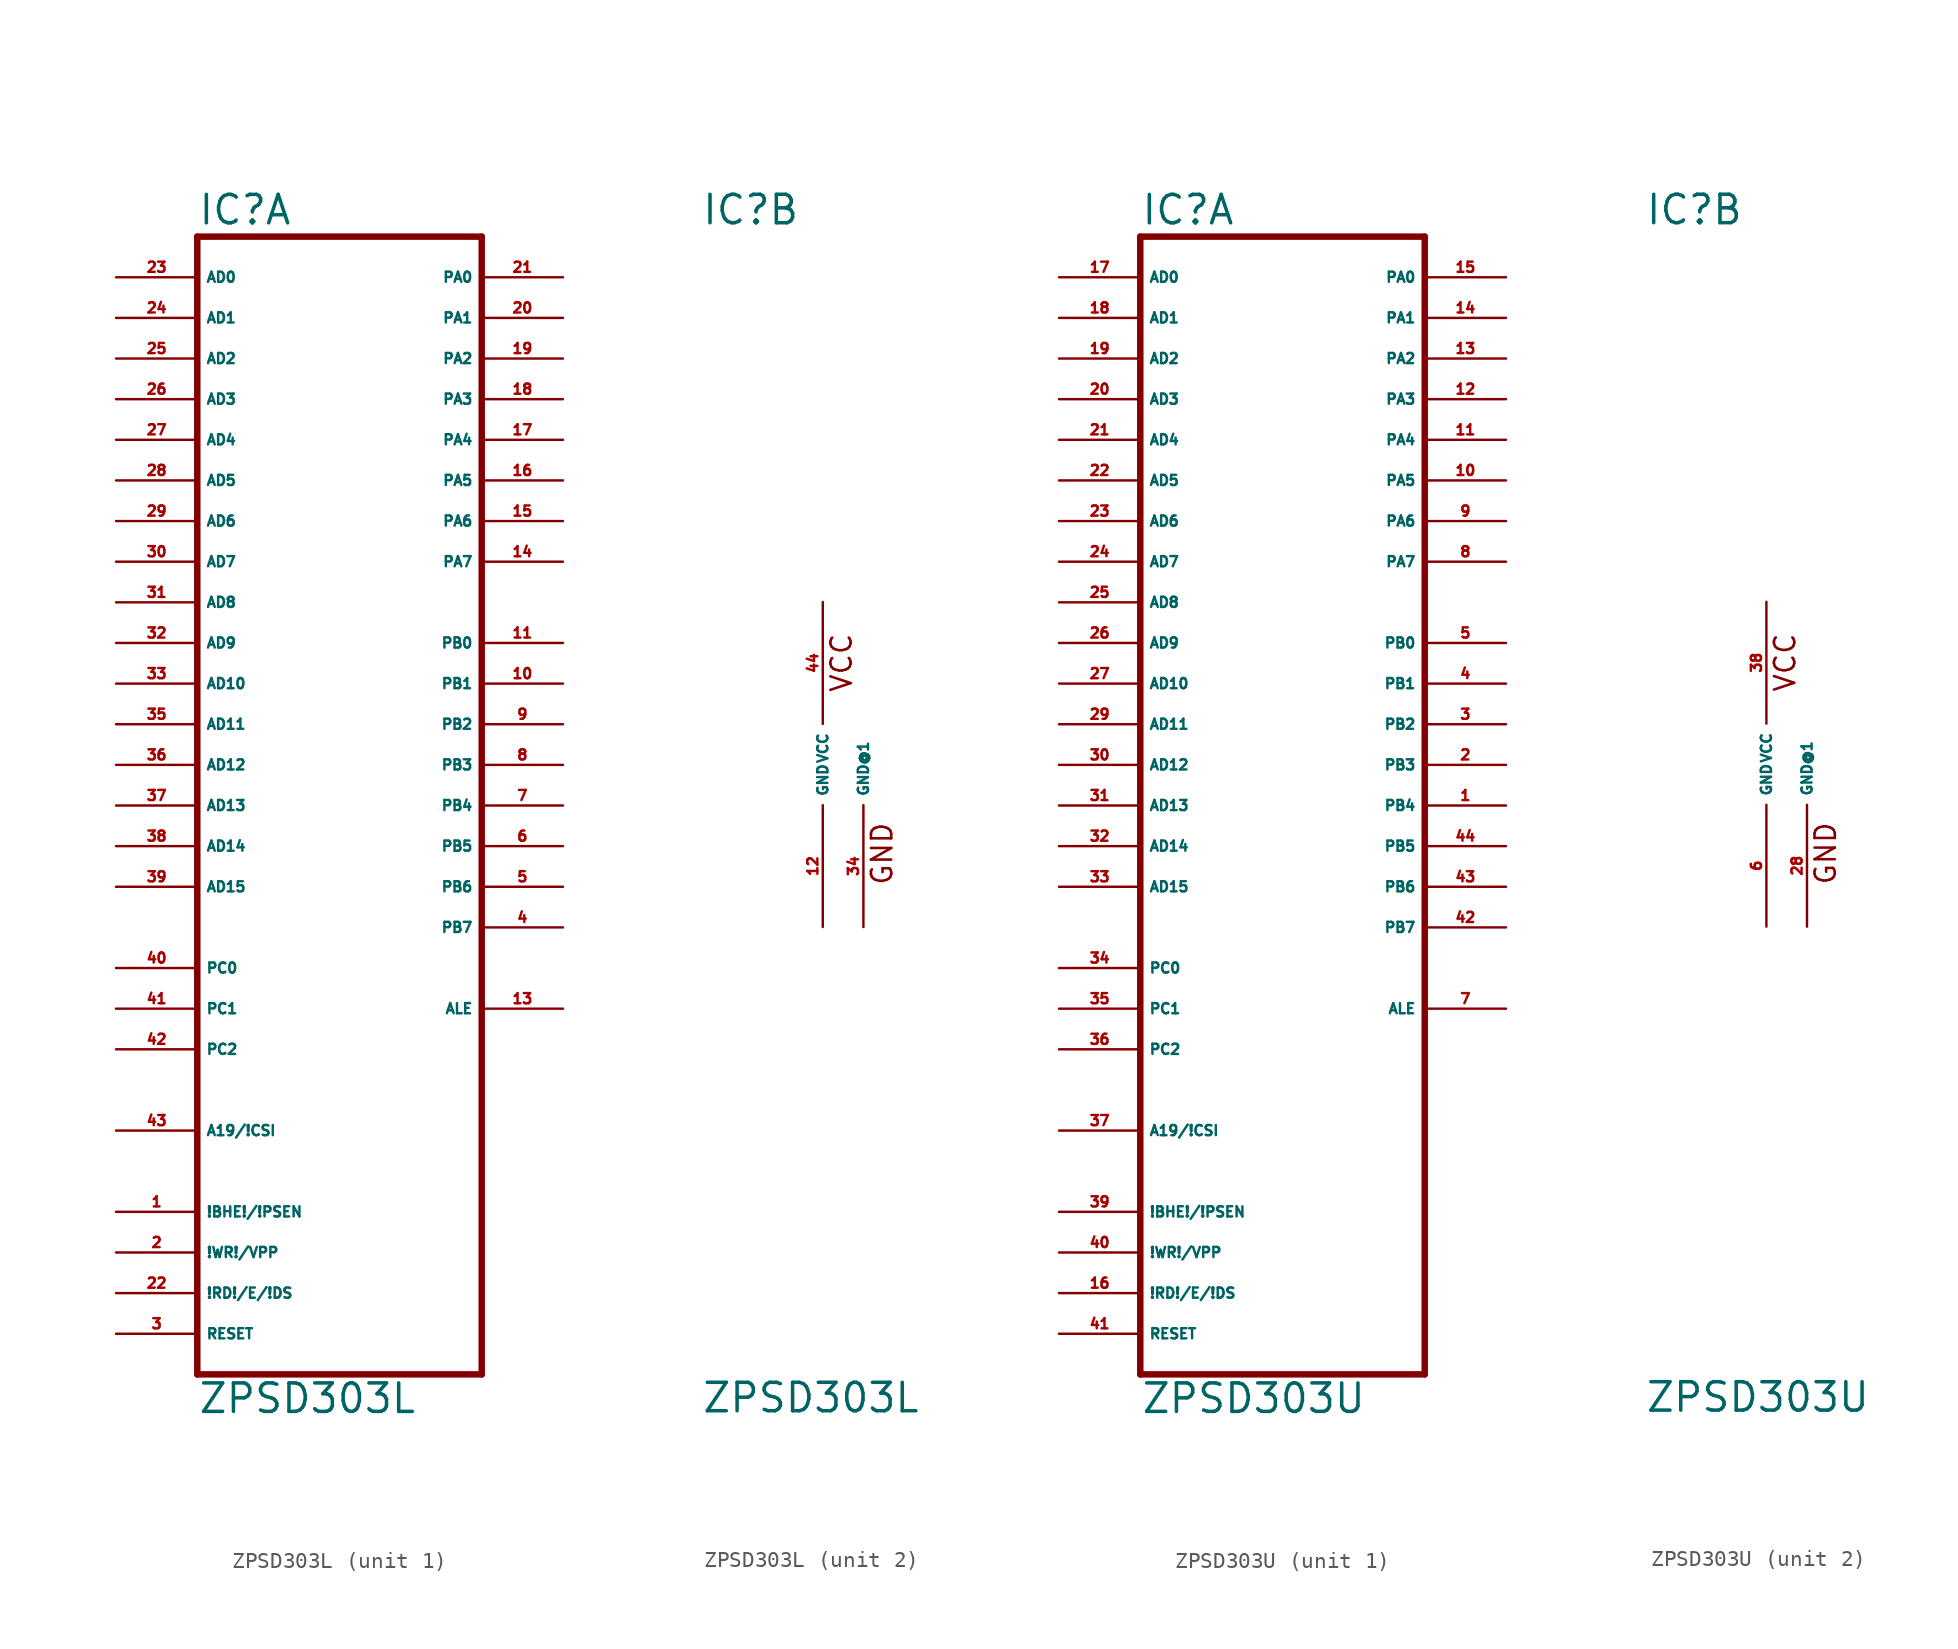
<source format=kicad_sym>
(kicad_symbol_lib
  (version 20220914)
  (generator Eagle2Kicad)
  (symbol "ZPSD303L"
    (property "Reference" "IC"
      (at -7.62 33.655 0)
      (effects (font (size 1.778 1.778) (thickness 0.22)) (justify left bottom)))
    (property "Value" "ZPSD303L"
      (at -7.62 -40.64 0)
      (effects (font (size 1.778 1.778) (thickness 0.22)) (justify left bottom)))
    (symbol "ZPSD303L_1_0"
      (polyline (pts (xy -7.62 -38.1) (xy 10.16 -38.1)) (stroke (width 0.406) (type default)) (fill (type none)))
      (polyline (pts (xy 10.16 -38.1) (xy 10.16 33.02)) (stroke (width 0.406) (type default)) (fill (type none)))
      (polyline (pts (xy 10.16 33.02) (xy -7.62 33.02)) (stroke (width 0.406) (type default)) (fill (type none)))
      (polyline (pts (xy -7.62 33.02) (xy -7.62 -38.1)) (stroke (width 0.406) (type default)) (fill (type none)))
      (pin input line (at -12.7 30.48 0) (length 5.08) (name "AD0" (effects (font (size 0.635 0.635) (thickness 0.08)) (justify left bottom))) (number "23" (effects (font (size 0.635 0.635) (thickness 0.08)) (justify left bottom))))
      (pin input line (at -12.7 27.94 0) (length 5.08) (name "AD1" (effects (font (size 0.635 0.635) (thickness 0.08)) (justify left bottom))) (number "24" (effects (font (size 0.635 0.635) (thickness 0.08)) (justify left bottom))))
      (pin input line (at -12.7 25.4 0) (length 5.08) (name "AD2" (effects (font (size 0.635 0.635) (thickness 0.08)) (justify left bottom))) (number "25" (effects (font (size 0.635 0.635) (thickness 0.08)) (justify left bottom))))
      (pin input line (at -12.7 22.86 0) (length 5.08) (name "AD3" (effects (font (size 0.635 0.635) (thickness 0.08)) (justify left bottom))) (number "26" (effects (font (size 0.635 0.635) (thickness 0.08)) (justify left bottom))))
      (pin input line (at -12.7 20.32 0) (length 5.08) (name "AD4" (effects (font (size 0.635 0.635) (thickness 0.08)) (justify left bottom))) (number "27" (effects (font (size 0.635 0.635) (thickness 0.08)) (justify left bottom))))
      (pin input line (at -12.7 17.78 0) (length 5.08) (name "AD5" (effects (font (size 0.635 0.635) (thickness 0.08)) (justify left bottom))) (number "28" (effects (font (size 0.635 0.635) (thickness 0.08)) (justify left bottom))))
      (pin input line (at -12.7 15.24 0) (length 5.08) (name "AD6" (effects (font (size 0.635 0.635) (thickness 0.08)) (justify left bottom))) (number "29" (effects (font (size 0.635 0.635) (thickness 0.08)) (justify left bottom))))
      (pin input line (at -12.7 12.7 0) (length 5.08) (name "AD7" (effects (font (size 0.635 0.635) (thickness 0.08)) (justify left bottom))) (number "30" (effects (font (size 0.635 0.635) (thickness 0.08)) (justify left bottom))))
      (pin input line (at -12.7 10.16 0) (length 5.08) (name "AD8" (effects (font (size 0.635 0.635) (thickness 0.08)) (justify left bottom))) (number "31" (effects (font (size 0.635 0.635) (thickness 0.08)) (justify left bottom))))
      (pin input line (at -12.7 7.62 0) (length 5.08) (name "AD9" (effects (font (size 0.635 0.635) (thickness 0.08)) (justify left bottom))) (number "32" (effects (font (size 0.635 0.635) (thickness 0.08)) (justify left bottom))))
      (pin input line (at -12.7 5.08 0) (length 5.08) (name "AD10" (effects (font (size 0.635 0.635) (thickness 0.08)) (justify left bottom))) (number "33" (effects (font (size 0.635 0.635) (thickness 0.08)) (justify left bottom))))
      (pin input line (at -12.7 2.54 0) (length 5.08) (name "AD11" (effects (font (size 0.635 0.635) (thickness 0.08)) (justify left bottom))) (number "35" (effects (font (size 0.635 0.635) (thickness 0.08)) (justify left bottom))))
      (pin input line (at -12.7 0 0) (length 5.08) (name "AD12" (effects (font (size 0.635 0.635) (thickness 0.08)) (justify left bottom))) (number "36" (effects (font (size 0.635 0.635) (thickness 0.08)) (justify left bottom))))
      (pin input line (at -12.7 -2.54 0) (length 5.08) (name "AD13" (effects (font (size 0.635 0.635) (thickness 0.08)) (justify left bottom))) (number "37" (effects (font (size 0.635 0.635) (thickness 0.08)) (justify left bottom))))
      (pin input line (at -12.7 -5.08 0) (length 5.08) (name "AD14" (effects (font (size 0.635 0.635) (thickness 0.08)) (justify left bottom))) (number "38" (effects (font (size 0.635 0.635) (thickness 0.08)) (justify left bottom))))
      (pin input line (at -12.7 -7.62 0) (length 5.08) (name "AD15" (effects (font (size 0.635 0.635) (thickness 0.08)) (justify left bottom))) (number "39" (effects (font (size 0.635 0.635) (thickness 0.08)) (justify left bottom))))
      (pin input line (at -12.7 -12.7 0) (length 5.08) (name "PC0" (effects (font (size 0.635 0.635) (thickness 0.08)) (justify left bottom))) (number "40" (effects (font (size 0.635 0.635) (thickness 0.08)) (justify left bottom))))
      (pin input line (at -12.7 -15.24 0) (length 5.08) (name "PC1" (effects (font (size 0.635 0.635) (thickness 0.08)) (justify left bottom))) (number "41" (effects (font (size 0.635 0.635) (thickness 0.08)) (justify left bottom))))
      (pin input line (at -12.7 -17.78 0) (length 5.08) (name "PC2" (effects (font (size 0.635 0.635) (thickness 0.08)) (justify left bottom))) (number "42" (effects (font (size 0.635 0.635) (thickness 0.08)) (justify left bottom))))
      (pin input line (at -12.7 -22.86 0) (length 5.08) (name "A19/!CSI" (effects (font (size 0.635 0.635) (thickness 0.08)) (justify left bottom))) (number "43" (effects (font (size 0.635 0.635) (thickness 0.08)) (justify left bottom))))
      (pin bidirectional line (at 15.24 30.48 180) (length 5.08) (name "PA0" (effects (font (size 0.635 0.635) (thickness 0.08)) (justify left bottom))) (number "21" (effects (font (size 0.635 0.635) (thickness 0.08)) (justify left bottom))))
      (pin bidirectional line (at 15.24 27.94 180) (length 5.08) (name "PA1" (effects (font (size 0.635 0.635) (thickness 0.08)) (justify left bottom))) (number "20" (effects (font (size 0.635 0.635) (thickness 0.08)) (justify left bottom))))
      (pin bidirectional line (at 15.24 25.4 180) (length 5.08) (name "PA2" (effects (font (size 0.635 0.635) (thickness 0.08)) (justify left bottom))) (number "19" (effects (font (size 0.635 0.635) (thickness 0.08)) (justify left bottom))))
      (pin bidirectional line (at 15.24 22.86 180) (length 5.08) (name "PA3" (effects (font (size 0.635 0.635) (thickness 0.08)) (justify left bottom))) (number "18" (effects (font (size 0.635 0.635) (thickness 0.08)) (justify left bottom))))
      (pin bidirectional line (at 15.24 20.32 180) (length 5.08) (name "PA4" (effects (font (size 0.635 0.635) (thickness 0.08)) (justify left bottom))) (number "17" (effects (font (size 0.635 0.635) (thickness 0.08)) (justify left bottom))))
      (pin bidirectional line (at 15.24 17.78 180) (length 5.08) (name "PA5" (effects (font (size 0.635 0.635) (thickness 0.08)) (justify left bottom))) (number "16" (effects (font (size 0.635 0.635) (thickness 0.08)) (justify left bottom))))
      (pin bidirectional line (at 15.24 15.24 180) (length 5.08) (name "PA6" (effects (font (size 0.635 0.635) (thickness 0.08)) (justify left bottom))) (number "15" (effects (font (size 0.635 0.635) (thickness 0.08)) (justify left bottom))))
      (pin bidirectional line (at 15.24 12.7 180) (length 5.08) (name "PA7" (effects (font (size 0.635 0.635) (thickness 0.08)) (justify left bottom))) (number "14" (effects (font (size 0.635 0.635) (thickness 0.08)) (justify left bottom))))
      (pin output line (at 15.24 7.62 180) (length 5.08) (name "PB0" (effects (font (size 0.635 0.635) (thickness 0.08)) (justify left bottom))) (number "11" (effects (font (size 0.635 0.635) (thickness 0.08)) (justify left bottom))))
      (pin output line (at 15.24 5.08 180) (length 5.08) (name "PB1" (effects (font (size 0.635 0.635) (thickness 0.08)) (justify left bottom))) (number "10" (effects (font (size 0.635 0.635) (thickness 0.08)) (justify left bottom))))
      (pin output line (at 15.24 2.54 180) (length 5.08) (name "PB2" (effects (font (size 0.635 0.635) (thickness 0.08)) (justify left bottom))) (number "9" (effects (font (size 0.635 0.635) (thickness 0.08)) (justify left bottom))))
      (pin output line (at 15.24 0 180) (length 5.08) (name "PB3" (effects (font (size 0.635 0.635) (thickness 0.08)) (justify left bottom))) (number "8" (effects (font (size 0.635 0.635) (thickness 0.08)) (justify left bottom))))
      (pin output line (at 15.24 -2.54 180) (length 5.08) (name "PB4" (effects (font (size 0.635 0.635) (thickness 0.08)) (justify left bottom))) (number "7" (effects (font (size 0.635 0.635) (thickness 0.08)) (justify left bottom))))
      (pin output line (at 15.24 -5.08 180) (length 5.08) (name "PB5" (effects (font (size 0.635 0.635) (thickness 0.08)) (justify left bottom))) (number "6" (effects (font (size 0.635 0.635) (thickness 0.08)) (justify left bottom))))
      (pin output line (at 15.24 -7.62 180) (length 5.08) (name "PB6" (effects (font (size 0.635 0.635) (thickness 0.08)) (justify left bottom))) (number "5" (effects (font (size 0.635 0.635) (thickness 0.08)) (justify left bottom))))
      (pin output line (at 15.24 -10.16 180) (length 5.08) (name "PB7" (effects (font (size 0.635 0.635) (thickness 0.08)) (justify left bottom))) (number "4" (effects (font (size 0.635 0.635) (thickness 0.08)) (justify left bottom))))
      (pin output line (at 15.24 -15.24 180) (length 5.08) (name "ALE" (effects (font (size 0.635 0.635) (thickness 0.08)) (justify left bottom))) (number "13" (effects (font (size 0.635 0.635) (thickness 0.08)) (justify left bottom))))
      (pin input line (at -12.7 -27.94 0) (length 5.08) (name "!BHE!/!PSEN" (effects (font (size 0.635 0.635) (thickness 0.08)) (justify left bottom))) (number "1" (effects (font (size 0.635 0.635) (thickness 0.08)) (justify left bottom))))
      (pin input line (at -12.7 -30.48 0) (length 5.08) (name "!WR!/VPP" (effects (font (size 0.635 0.635) (thickness 0.08)) (justify left bottom))) (number "2" (effects (font (size 0.635 0.635) (thickness 0.08)) (justify left bottom))))
      (pin input line (at -12.7 -33.02 0) (length 5.08) (name "!RD!/E/!DS" (effects (font (size 0.635 0.635) (thickness 0.08)) (justify left bottom))) (number "22" (effects (font (size 0.635 0.635) (thickness 0.08)) (justify left bottom))))
      (pin input line (at -12.7 -35.56 0) (length 5.08) (name "RESET" (effects (font (size 0.635 0.635) (thickness 0.08)) (justify left bottom))) (number "3" (effects (font (size 0.635 0.635) (thickness 0.08)) (justify left bottom)))))
    (symbol "ZPSD303L_2_0"
      (text "VCC" (at 1.905 4.445 900) (effects (font (size 1.27 1.27) (thickness 0.16)) (justify left bottom)))
      (text "GND" (at 4.445 -7.62 900) (effects (font (size 1.27 1.27) (thickness 0.16)) (justify left bottom)))
      (pin unspecified line (at 0 10.16 270) (length 7.62) (name "VCC" (effects (font (size 0.635 0.635) (thickness 0.08)) (justify left bottom))) (number "44" (effects (font (size 0.635 0.635) (thickness 0.08)) (justify left bottom))))
      (pin unspecified line (at 0 -10.16 90) (length 7.62) (name "GND" (effects (font (size 0.635 0.635) (thickness 0.08)) (justify left bottom))) (number "12" (effects (font (size 0.635 0.635) (thickness 0.08)) (justify left bottom))))
      (pin unspecified line (at 2.54 -10.16 90) (length 7.62) (name "GND@1" (effects (font (size 0.635 0.635) (thickness 0.08)) (justify left bottom))) (number "34" (effects (font (size 0.635 0.635) (thickness 0.08)) (justify left bottom))))))
  (symbol "ZPSD303U"
    (property "Reference" "IC"
      (at -7.62 33.655 0)
      (effects (font (size 1.778 1.778) (thickness 0.22)) (justify left bottom)))
    (property "Value" "ZPSD303U"
      (at -7.62 -40.64 0)
      (effects (font (size 1.778 1.778) (thickness 0.22)) (justify left bottom)))
    (symbol "ZPSD303U_1_0"
      (polyline (pts (xy -7.62 -38.1) (xy 10.16 -38.1)) (stroke (width 0.406) (type default)) (fill (type none)))
      (polyline (pts (xy 10.16 -38.1) (xy 10.16 33.02)) (stroke (width 0.406) (type default)) (fill (type none)))
      (polyline (pts (xy 10.16 33.02) (xy -7.62 33.02)) (stroke (width 0.406) (type default)) (fill (type none)))
      (polyline (pts (xy -7.62 33.02) (xy -7.62 -38.1)) (stroke (width 0.406) (type default)) (fill (type none)))
      (pin input line (at -12.7 30.48 0) (length 5.08) (name "AD0" (effects (font (size 0.635 0.635) (thickness 0.08)) (justify left bottom))) (number "17" (effects (font (size 0.635 0.635) (thickness 0.08)) (justify left bottom))))
      (pin input line (at -12.7 27.94 0) (length 5.08) (name "AD1" (effects (font (size 0.635 0.635) (thickness 0.08)) (justify left bottom))) (number "18" (effects (font (size 0.635 0.635) (thickness 0.08)) (justify left bottom))))
      (pin input line (at -12.7 25.4 0) (length 5.08) (name "AD2" (effects (font (size 0.635 0.635) (thickness 0.08)) (justify left bottom))) (number "19" (effects (font (size 0.635 0.635) (thickness 0.08)) (justify left bottom))))
      (pin input line (at -12.7 22.86 0) (length 5.08) (name "AD3" (effects (font (size 0.635 0.635) (thickness 0.08)) (justify left bottom))) (number "20" (effects (font (size 0.635 0.635) (thickness 0.08)) (justify left bottom))))
      (pin input line (at -12.7 20.32 0) (length 5.08) (name "AD4" (effects (font (size 0.635 0.635) (thickness 0.08)) (justify left bottom))) (number "21" (effects (font (size 0.635 0.635) (thickness 0.08)) (justify left bottom))))
      (pin input line (at -12.7 17.78 0) (length 5.08) (name "AD5" (effects (font (size 0.635 0.635) (thickness 0.08)) (justify left bottom))) (number "22" (effects (font (size 0.635 0.635) (thickness 0.08)) (justify left bottom))))
      (pin input line (at -12.7 15.24 0) (length 5.08) (name "AD6" (effects (font (size 0.635 0.635) (thickness 0.08)) (justify left bottom))) (number "23" (effects (font (size 0.635 0.635) (thickness 0.08)) (justify left bottom))))
      (pin input line (at -12.7 12.7 0) (length 5.08) (name "AD7" (effects (font (size 0.635 0.635) (thickness 0.08)) (justify left bottom))) (number "24" (effects (font (size 0.635 0.635) (thickness 0.08)) (justify left bottom))))
      (pin input line (at -12.7 10.16 0) (length 5.08) (name "AD8" (effects (font (size 0.635 0.635) (thickness 0.08)) (justify left bottom))) (number "25" (effects (font (size 0.635 0.635) (thickness 0.08)) (justify left bottom))))
      (pin input line (at -12.7 7.62 0) (length 5.08) (name "AD9" (effects (font (size 0.635 0.635) (thickness 0.08)) (justify left bottom))) (number "26" (effects (font (size 0.635 0.635) (thickness 0.08)) (justify left bottom))))
      (pin input line (at -12.7 5.08 0) (length 5.08) (name "AD10" (effects (font (size 0.635 0.635) (thickness 0.08)) (justify left bottom))) (number "27" (effects (font (size 0.635 0.635) (thickness 0.08)) (justify left bottom))))
      (pin input line (at -12.7 2.54 0) (length 5.08) (name "AD11" (effects (font (size 0.635 0.635) (thickness 0.08)) (justify left bottom))) (number "29" (effects (font (size 0.635 0.635) (thickness 0.08)) (justify left bottom))))
      (pin input line (at -12.7 0 0) (length 5.08) (name "AD12" (effects (font (size 0.635 0.635) (thickness 0.08)) (justify left bottom))) (number "30" (effects (font (size 0.635 0.635) (thickness 0.08)) (justify left bottom))))
      (pin input line (at -12.7 -2.54 0) (length 5.08) (name "AD13" (effects (font (size 0.635 0.635) (thickness 0.08)) (justify left bottom))) (number "31" (effects (font (size 0.635 0.635) (thickness 0.08)) (justify left bottom))))
      (pin input line (at -12.7 -5.08 0) (length 5.08) (name "AD14" (effects (font (size 0.635 0.635) (thickness 0.08)) (justify left bottom))) (number "32" (effects (font (size 0.635 0.635) (thickness 0.08)) (justify left bottom))))
      (pin input line (at -12.7 -7.62 0) (length 5.08) (name "AD15" (effects (font (size 0.635 0.635) (thickness 0.08)) (justify left bottom))) (number "33" (effects (font (size 0.635 0.635) (thickness 0.08)) (justify left bottom))))
      (pin input line (at -12.7 -12.7 0) (length 5.08) (name "PC0" (effects (font (size 0.635 0.635) (thickness 0.08)) (justify left bottom))) (number "34" (effects (font (size 0.635 0.635) (thickness 0.08)) (justify left bottom))))
      (pin input line (at -12.7 -15.24 0) (length 5.08) (name "PC1" (effects (font (size 0.635 0.635) (thickness 0.08)) (justify left bottom))) (number "35" (effects (font (size 0.635 0.635) (thickness 0.08)) (justify left bottom))))
      (pin input line (at -12.7 -17.78 0) (length 5.08) (name "PC2" (effects (font (size 0.635 0.635) (thickness 0.08)) (justify left bottom))) (number "36" (effects (font (size 0.635 0.635) (thickness 0.08)) (justify left bottom))))
      (pin input line (at -12.7 -22.86 0) (length 5.08) (name "A19/!CSI" (effects (font (size 0.635 0.635) (thickness 0.08)) (justify left bottom))) (number "37" (effects (font (size 0.635 0.635) (thickness 0.08)) (justify left bottom))))
      (pin bidirectional line (at 15.24 30.48 180) (length 5.08) (name "PA0" (effects (font (size 0.635 0.635) (thickness 0.08)) (justify left bottom))) (number "15" (effects (font (size 0.635 0.635) (thickness 0.08)) (justify left bottom))))
      (pin bidirectional line (at 15.24 27.94 180) (length 5.08) (name "PA1" (effects (font (size 0.635 0.635) (thickness 0.08)) (justify left bottom))) (number "14" (effects (font (size 0.635 0.635) (thickness 0.08)) (justify left bottom))))
      (pin bidirectional line (at 15.24 25.4 180) (length 5.08) (name "PA2" (effects (font (size 0.635 0.635) (thickness 0.08)) (justify left bottom))) (number "13" (effects (font (size 0.635 0.635) (thickness 0.08)) (justify left bottom))))
      (pin bidirectional line (at 15.24 22.86 180) (length 5.08) (name "PA3" (effects (font (size 0.635 0.635) (thickness 0.08)) (justify left bottom))) (number "12" (effects (font (size 0.635 0.635) (thickness 0.08)) (justify left bottom))))
      (pin bidirectional line (at 15.24 20.32 180) (length 5.08) (name "PA4" (effects (font (size 0.635 0.635) (thickness 0.08)) (justify left bottom))) (number "11" (effects (font (size 0.635 0.635) (thickness 0.08)) (justify left bottom))))
      (pin bidirectional line (at 15.24 17.78 180) (length 5.08) (name "PA5" (effects (font (size 0.635 0.635) (thickness 0.08)) (justify left bottom))) (number "10" (effects (font (size 0.635 0.635) (thickness 0.08)) (justify left bottom))))
      (pin bidirectional line (at 15.24 15.24 180) (length 5.08) (name "PA6" (effects (font (size 0.635 0.635) (thickness 0.08)) (justify left bottom))) (number "9" (effects (font (size 0.635 0.635) (thickness 0.08)) (justify left bottom))))
      (pin bidirectional line (at 15.24 12.7 180) (length 5.08) (name "PA7" (effects (font (size 0.635 0.635) (thickness 0.08)) (justify left bottom))) (number "8" (effects (font (size 0.635 0.635) (thickness 0.08)) (justify left bottom))))
      (pin output line (at 15.24 7.62 180) (length 5.08) (name "PB0" (effects (font (size 0.635 0.635) (thickness 0.08)) (justify left bottom))) (number "5" (effects (font (size 0.635 0.635) (thickness 0.08)) (justify left bottom))))
      (pin output line (at 15.24 5.08 180) (length 5.08) (name "PB1" (effects (font (size 0.635 0.635) (thickness 0.08)) (justify left bottom))) (number "4" (effects (font (size 0.635 0.635) (thickness 0.08)) (justify left bottom))))
      (pin output line (at 15.24 2.54 180) (length 5.08) (name "PB2" (effects (font (size 0.635 0.635) (thickness 0.08)) (justify left bottom))) (number "3" (effects (font (size 0.635 0.635) (thickness 0.08)) (justify left bottom))))
      (pin output line (at 15.24 0 180) (length 5.08) (name "PB3" (effects (font (size 0.635 0.635) (thickness 0.08)) (justify left bottom))) (number "2" (effects (font (size 0.635 0.635) (thickness 0.08)) (justify left bottom))))
      (pin output line (at 15.24 -2.54 180) (length 5.08) (name "PB4" (effects (font (size 0.635 0.635) (thickness 0.08)) (justify left bottom))) (number "1" (effects (font (size 0.635 0.635) (thickness 0.08)) (justify left bottom))))
      (pin output line (at 15.24 -5.08 180) (length 5.08) (name "PB5" (effects (font (size 0.635 0.635) (thickness 0.08)) (justify left bottom))) (number "44" (effects (font (size 0.635 0.635) (thickness 0.08)) (justify left bottom))))
      (pin output line (at 15.24 -7.62 180) (length 5.08) (name "PB6" (effects (font (size 0.635 0.635) (thickness 0.08)) (justify left bottom))) (number "43" (effects (font (size 0.635 0.635) (thickness 0.08)) (justify left bottom))))
      (pin output line (at 15.24 -10.16 180) (length 5.08) (name "PB7" (effects (font (size 0.635 0.635) (thickness 0.08)) (justify left bottom))) (number "42" (effects (font (size 0.635 0.635) (thickness 0.08)) (justify left bottom))))
      (pin output line (at 15.24 -15.24 180) (length 5.08) (name "ALE" (effects (font (size 0.635 0.635) (thickness 0.08)) (justify left bottom))) (number "7" (effects (font (size 0.635 0.635) (thickness 0.08)) (justify left bottom))))
      (pin input line (at -12.7 -27.94 0) (length 5.08) (name "!BHE!/!PSEN" (effects (font (size 0.635 0.635) (thickness 0.08)) (justify left bottom))) (number "39" (effects (font (size 0.635 0.635) (thickness 0.08)) (justify left bottom))))
      (pin input line (at -12.7 -30.48 0) (length 5.08) (name "!WR!/VPP" (effects (font (size 0.635 0.635) (thickness 0.08)) (justify left bottom))) (number "40" (effects (font (size 0.635 0.635) (thickness 0.08)) (justify left bottom))))
      (pin input line (at -12.7 -33.02 0) (length 5.08) (name "!RD!/E/!DS" (effects (font (size 0.635 0.635) (thickness 0.08)) (justify left bottom))) (number "16" (effects (font (size 0.635 0.635) (thickness 0.08)) (justify left bottom))))
      (pin input line (at -12.7 -35.56 0) (length 5.08) (name "RESET" (effects (font (size 0.635 0.635) (thickness 0.08)) (justify left bottom))) (number "41" (effects (font (size 0.635 0.635) (thickness 0.08)) (justify left bottom)))))
    (symbol "ZPSD303U_2_0"
      (text "VCC" (at 1.905 4.445 900) (effects (font (size 1.27 1.27) (thickness 0.16)) (justify left bottom)))
      (text "GND" (at 4.445 -7.62 900) (effects (font (size 1.27 1.27) (thickness 0.16)) (justify left bottom)))
      (pin unspecified line (at 0 10.16 270) (length 7.62) (name "VCC" (effects (font (size 0.635 0.635) (thickness 0.08)) (justify left bottom))) (number "38" (effects (font (size 0.635 0.635) (thickness 0.08)) (justify left bottom))))
      (pin unspecified line (at 0 -10.16 90) (length 7.62) (name "GND" (effects (font (size 0.635 0.635) (thickness 0.08)) (justify left bottom))) (number "6" (effects (font (size 0.635 0.635) (thickness 0.08)) (justify left bottom))))
      (pin unspecified line (at 2.54 -10.16 90) (length 7.62) (name "GND@1" (effects (font (size 0.635 0.635) (thickness 0.08)) (justify left bottom))) (number "28" (effects (font (size 0.635 0.635) (thickness 0.08)) (justify left bottom)))))))
</source>
